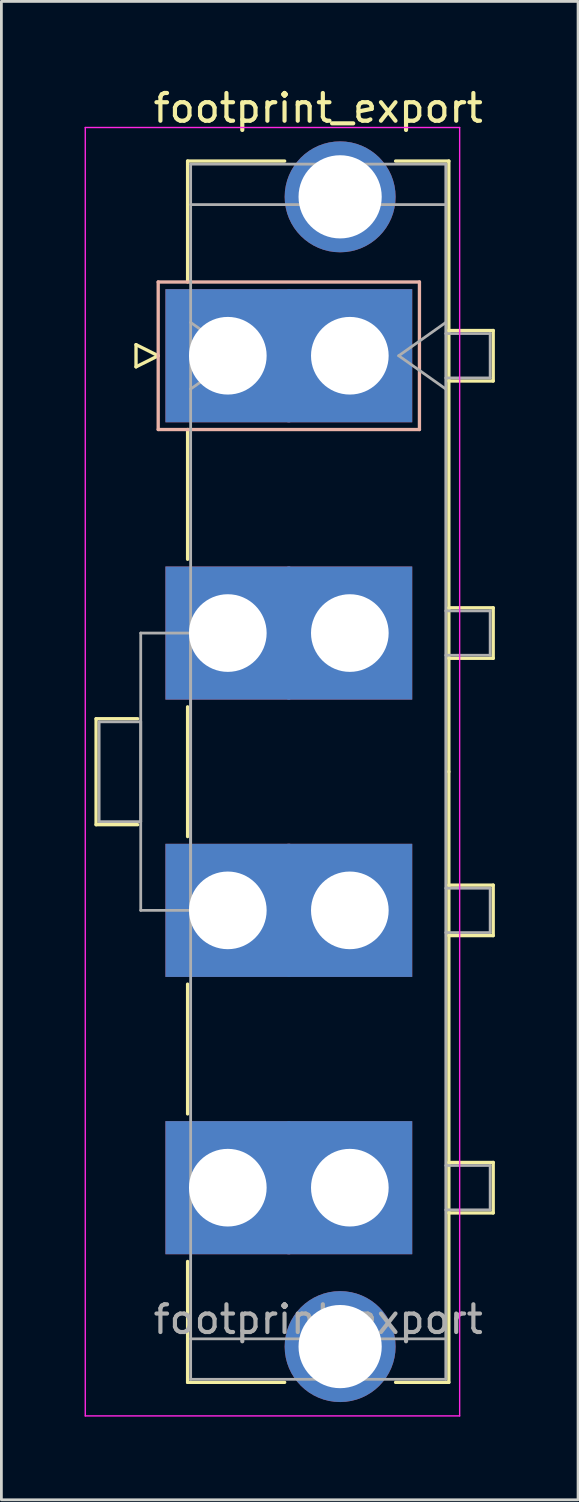
<source format=kicad_pcb>
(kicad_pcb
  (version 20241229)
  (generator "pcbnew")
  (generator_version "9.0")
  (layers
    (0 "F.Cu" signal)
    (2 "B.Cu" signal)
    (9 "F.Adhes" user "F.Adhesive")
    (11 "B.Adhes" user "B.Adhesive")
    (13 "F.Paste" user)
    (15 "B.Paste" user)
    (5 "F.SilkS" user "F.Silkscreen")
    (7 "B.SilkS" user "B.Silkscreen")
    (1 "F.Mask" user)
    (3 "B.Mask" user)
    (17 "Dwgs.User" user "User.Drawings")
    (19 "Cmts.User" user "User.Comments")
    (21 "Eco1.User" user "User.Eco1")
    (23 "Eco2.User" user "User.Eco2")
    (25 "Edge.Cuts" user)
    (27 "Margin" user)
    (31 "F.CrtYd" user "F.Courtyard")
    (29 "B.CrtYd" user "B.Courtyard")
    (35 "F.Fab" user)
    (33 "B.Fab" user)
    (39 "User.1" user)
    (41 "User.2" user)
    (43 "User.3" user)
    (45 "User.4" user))
  (footprint "footprint_export"
    (layer "F.Cu")
    (at 5.165 9.778)
    (property "Reference" "footprint_export" (at 3.26 -8.93 0) (layer "F.SilkS") (effects (font (size 1 1) (thickness 0.15))))
    (attr through_hole)
    (fp_line (start -4.75 13.09) (end -4.75 16.91) (stroke (width 0.12) (type solid)) (layer "F.SilkS"))
    (fp_line (start -4.75 16.91) (end -3.25 16.91) (stroke (width 0.12) (type solid)) (layer "F.SilkS"))
    (fp_line (start -3.31 -0.4) (end -3.31 0.4) (stroke (width 0.12) (type solid)) (layer "F.SilkS"))
    (fp_line (start -3.31 0.4) (end -2.51 0) (stroke (width 0.12) (type solid)) (layer "F.SilkS"))
    (fp_line (start -3.25 13.09) (end -4.75 13.09) (stroke (width 0.12) (type solid)) (layer "F.SilkS"))
    (fp_line (start -2.51 0) (end -3.31 -0.4) (stroke (width 0.12) (type solid)) (layer "F.SilkS"))
    (fp_line (start -1.45 -7.02) (end 2.05 -7.02) (stroke (width 0.12) (type solid)) (layer "F.SilkS"))
    (fp_line (start -1.45 -2.66) (end -1.45 -7.02) (stroke (width 0.12) (type solid)) (layer "F.SilkS"))
    (fp_line (start -1.45 2.66) (end -1.45 7.34) (stroke (width 0.12) (type solid)) (layer "F.SilkS"))
    (fp_line (start -1.45 12.66) (end -1.45 17.34) (stroke (width 0.12) (type solid)) (layer "F.SilkS"))
    (fp_line (start -1.45 22.66) (end -1.45 27.34) (stroke (width 0.12) (type solid)) (layer "F.SilkS"))
    (fp_line (start -1.45 32.66) (end -1.45 37.02) (stroke (width 0.12) (type solid)) (layer "F.SilkS"))
    (fp_line (start -1.45 37.02) (end 2.05 37.02) (stroke (width 0.12) (type solid)) (layer "F.SilkS"))
    (fp_line (start 6.05 -7.02) (end 7.97 -7.02) (stroke (width 0.12) (type solid)) (layer "F.SilkS"))
    (fp_line (start 6.05 37.02) (end 7.97 37.02) (stroke (width 0.12) (type solid)) (layer "F.SilkS"))
    (fp_line (start 7.97 -7.02) (end 7.97 15) (stroke (width 0.12) (type solid)) (layer "F.SilkS"))
    (fp_line (start 7.97 -0.91) (end 9.57 -0.91) (stroke (width 0.12) (type solid)) (layer "F.SilkS"))
    (fp_line (start 7.97 9.09) (end 9.57 9.09) (stroke (width 0.12) (type solid)) (layer "F.SilkS"))
    (fp_line (start 7.97 19.09) (end 9.57 19.09) (stroke (width 0.12) (type solid)) (layer "F.SilkS"))
    (fp_line (start 7.97 29.09) (end 9.57 29.09) (stroke (width 0.12) (type solid)) (layer "F.SilkS"))
    (fp_line (start 7.97 37.02) (end 7.97 15) (stroke (width 0.12) (type solid)) (layer "F.SilkS"))
    (fp_line (start 9.57 -0.91) (end 9.57 0.91) (stroke (width 0.12) (type solid)) (layer "F.SilkS"))
    (fp_line (start 9.57 0.91) (end 7.97 0.91) (stroke (width 0.12) (type solid)) (layer "F.SilkS"))
    (fp_line (start 9.57 9.09) (end 9.57 10.91) (stroke (width 0.12) (type solid)) (layer "F.SilkS"))
    (fp_line (start 9.57 10.91) (end 7.97 10.91) (stroke (width 0.12) (type solid)) (layer "F.SilkS"))
    (fp_line (start 9.57 19.09) (end 9.57 20.91) (stroke (width 0.12) (type solid)) (layer "F.SilkS"))
    (fp_line (start 9.57 20.91) (end 7.97 20.91) (stroke (width 0.12) (type solid)) (layer "F.SilkS"))
    (fp_line (start 9.57 29.09) (end 9.57 30.91) (stroke (width 0.12) (type solid)) (layer "F.SilkS"))
    (fp_line (start 9.57 30.91) (end 7.97 30.91) (stroke (width 0.12) (type solid)) (layer "F.SilkS"))
    (fp_line (start -2.51 -2.66) (end -2.51 2.66) (stroke (width 0.12) (type solid)) (layer "B.SilkS"))
    (fp_line (start -2.51 2.66) (end 6.91 2.66) (stroke (width 0.12) (type solid)) (layer "B.SilkS"))
    (fp_line (start 6.91 -2.66) (end -2.51 -2.66) (stroke (width 0.12) (type solid)) (layer "B.SilkS"))
    (fp_line (start 6.91 2.66) (end 6.91 -2.66) (stroke (width 0.12) (type solid)) (layer "B.SilkS"))
    (fp_line (start -5.14 -8.23) (end -5.14 38.23) (stroke (width 0.05) (type solid)) (layer "F.CrtYd"))
    (fp_line (start -5.14 38.23) (end 8.36 38.23) (stroke (width 0.05) (type solid)) (layer "F.CrtYd"))
    (fp_line (start 8.36 -8.23) (end -5.14 -8.23) (stroke (width 0.05) (type solid)) (layer "F.CrtYd"))
    (fp_line (start 8.36 38.23) (end 8.36 -8.23) (stroke (width 0.05) (type solid)) (layer "F.CrtYd"))
    (fp_line (start -4.64 13.2) (end -3.14 13.2) (stroke (width 0.1) (type solid)) (layer "F.Fab"))
    (fp_line (start -4.64 16.8) (end -4.64 13.2) (stroke (width 0.1) (type solid)) (layer "F.Fab"))
    (fp_line (start -3.14 10) (end -1.34 10) (stroke (width 0.1) (type solid)) (layer "F.Fab"))
    (fp_line (start -3.14 13.2) (end -3.14 16.8) (stroke (width 0.1) (type solid)) (layer "F.Fab"))
    (fp_line (start -3.14 16.8) (end -4.64 16.8) (stroke (width 0.1) (type solid)) (layer "F.Fab"))
    (fp_line (start -3.14 20) (end -3.14 10) (stroke (width 0.1) (type solid)) (layer "F.Fab"))
    (fp_line (start -1.34 -6.91) (end -1.34 36.91) (stroke (width 0.1) (type solid)) (layer "F.Fab"))
    (fp_line (start -1.34 -5.45) (end 7.86 -5.45) (stroke (width 0.1) (type solid)) (layer "F.Fab"))
    (fp_line (start -1.34 -1.2) (end 0.357 0) (stroke (width 0.1) (type solid)) (layer "F.Fab"))
    (fp_line (start -1.34 10) (end -1.34 20) (stroke (width 0.1) (type solid)) (layer "F.Fab"))
    (fp_line (start -1.34 20) (end -3.14 20) (stroke (width 0.1) (type solid)) (layer "F.Fab"))
    (fp_line (start -1.34 35.45) (end 7.86 35.45) (stroke (width 0.1) (type solid)) (layer "F.Fab"))
    (fp_line (start -1.34 36.91) (end 7.86 36.91) (stroke (width 0.1) (type solid)) (layer "F.Fab"))
    (fp_line (start 0.357 0) (end -1.34 1.2) (stroke (width 0.1) (type solid)) (layer "F.Fab"))
    (fp_line (start 6.163 0) (end 7.86 1.2) (stroke (width 0.1) (type solid)) (layer "F.Fab"))
    (fp_line (start 7.86 -6.91) (end -1.34 -6.91) (stroke (width 0.1) (type solid)) (layer "F.Fab"))
    (fp_line (start 7.86 -1.2) (end 6.163 0) (stroke (width 0.1) (type solid)) (layer "F.Fab"))
    (fp_line (start 7.86 -0.8) (end 9.46 -0.8) (stroke (width 0.1) (type solid)) (layer "F.Fab"))
    (fp_line (start 7.86 9.2) (end 9.46 9.2) (stroke (width 0.1) (type solid)) (layer "F.Fab"))
    (fp_line (start 7.86 19.2) (end 9.46 19.2) (stroke (width 0.1) (type solid)) (layer "F.Fab"))
    (fp_line (start 7.86 29.2) (end 9.46 29.2) (stroke (width 0.1) (type solid)) (layer "F.Fab"))
    (fp_line (start 7.86 36.91) (end 7.86 -6.91) (stroke (width 0.1) (type solid)) (layer "F.Fab"))
    (fp_line (start 9.46 -0.8) (end 9.46 0.8) (stroke (width 0.1) (type solid)) (layer "F.Fab"))
    (fp_line (start 9.46 0.8) (end 7.86 0.8) (stroke (width 0.1) (type solid)) (layer "F.Fab"))
    (fp_line (start 9.46 9.2) (end 9.46 10.8) (stroke (width 0.1) (type solid)) (layer "F.Fab"))
    (fp_line (start 9.46 10.8) (end 7.86 10.8) (stroke (width 0.1) (type solid)) (layer "F.Fab"))
    (fp_line (start 9.46 19.2) (end 9.46 20.8) (stroke (width 0.1) (type solid)) (layer "F.Fab"))
    (fp_line (start 9.46 20.8) (end 7.86 20.8) (stroke (width 0.1) (type solid)) (layer "F.Fab"))
    (fp_line (start 9.46 29.2) (end 9.46 30.8) (stroke (width 0.1) (type solid)) (layer "F.Fab"))
    (fp_line (start 9.46 30.8) (end 7.86 30.8) (stroke (width 0.1) (type solid)) (layer "F.Fab"))
    (fp_text user "${REFERENCE}" (at 3.26 34.75 0) (layer "F.Fab") (effects (font (size 1 1) (thickness 0.15))))
    (pad "" thru_hole circle (at 4.05 -5.73) (size 4 4) (drill 3) (layers "*.Cu" "*.Mask"))
    (pad "" thru_hole circle (at 4.05 35.73) (size 4 4) (drill 3) (layers "*.Cu" "*.Mask"))
    (pad "1" thru_hole rect (at 0 0) (size 4.5 4.8) (drill 2.8) (layers "*.Cu" "*.Mask"))
    (pad "1" thru_hole rect (at 4.4 0) (size 4.5 4.8) (drill 2.8) (layers "*.Cu" "*.Mask"))
    (pad "2" thru_hole rect (at 0 10) (size 4.5 4.8) (drill 2.8) (layers "*.Cu" "*.Mask"))
    (pad "2" thru_hole rect (at 4.4 10) (size 4.5 4.8) (drill 2.8) (layers "*.Cu" "*.Mask"))
    (pad "3" thru_hole rect (at 0 20) (size 4.5 4.8) (drill 2.8) (layers "*.Cu" "*.Mask"))
    (pad "3" thru_hole rect (at 4.4 20) (size 4.5 4.8) (drill 2.8) (layers "*.Cu" "*.Mask"))
    (pad "4" thru_hole rect (at 0 30) (size 4.5 4.8) (drill 2.8) (layers "*.Cu" "*.Mask"))
    (pad "4" thru_hole rect (at 4.4 30) (size 4.5 4.8) (drill 2.8) (layers "*.Cu" "*.Mask")))
  (gr_rect
    (start -3 -3)
    (end 17.795 51.033)
    (stroke (width 0.1) (type default))
    (fill no)
    (layer "Edge.Cuts")))
</source>
